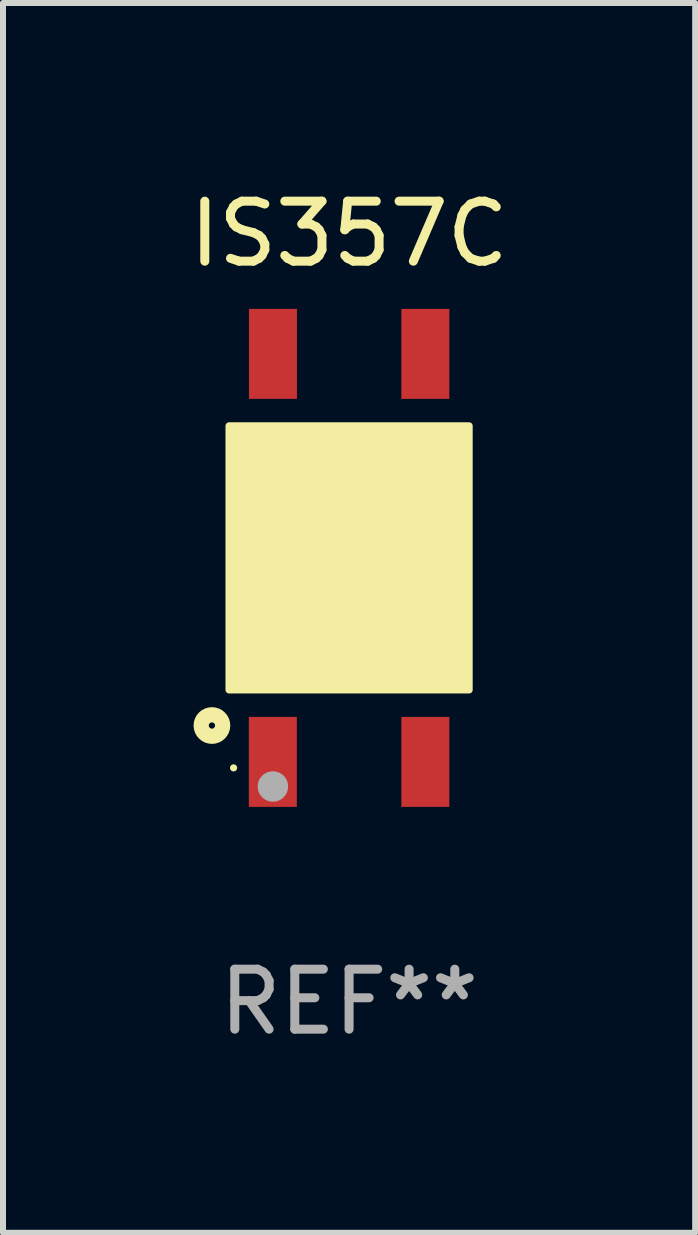
<source format=kicad_pcb>
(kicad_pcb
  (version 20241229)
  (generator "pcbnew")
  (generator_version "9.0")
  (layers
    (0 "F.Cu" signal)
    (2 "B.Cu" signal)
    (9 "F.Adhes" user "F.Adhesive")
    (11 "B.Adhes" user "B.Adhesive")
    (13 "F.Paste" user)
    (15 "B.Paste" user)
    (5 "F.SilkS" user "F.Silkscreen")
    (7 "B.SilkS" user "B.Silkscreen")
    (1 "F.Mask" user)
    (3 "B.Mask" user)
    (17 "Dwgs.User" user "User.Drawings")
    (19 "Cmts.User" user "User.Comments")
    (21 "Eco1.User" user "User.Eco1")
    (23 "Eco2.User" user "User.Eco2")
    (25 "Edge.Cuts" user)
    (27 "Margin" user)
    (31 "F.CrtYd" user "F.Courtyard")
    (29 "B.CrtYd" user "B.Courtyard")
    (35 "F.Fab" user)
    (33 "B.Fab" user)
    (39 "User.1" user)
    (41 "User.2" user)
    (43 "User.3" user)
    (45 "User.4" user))
  (footprint "IS357C"
    (layer "F.Cu")
    (at 2.768 6.248)
    (property "Reference" "IS357C" (at 0 -5.4 0) (layer "F.SilkS") (effects (font (size 1 1) (thickness 0.15))))
    (attr through_hole)
    (fp_circle (center -2.286 2.794) (end -2.107 2.794) (stroke (width 0.254) (type solid)) (fill no) (layer "F.SilkS"))
    (fp_circle (center -1.925 3.5) (end -1.895 3.5) (stroke (width 0.06) (type solid)) (fill no) (layer "F.SilkS"))
    (fp_circle (center -1.017 1.27) (end -0.636 1.27) (stroke (width 0.254) (type solid)) (fill no) (layer "F.SilkS"))
    (fp_poly (pts (xy -2 -2.2) (xy 2 -2.2) (xy 2 2.2) (xy -2 2.2)) (stroke (width 0.12) (type solid)) (fill yes) (layer "F.SilkS"))
    (fp_circle (center -1.27 3.81) (end -1.143 3.81) (stroke (width 0.254) (type solid)) (fill no) (layer "F.Fab"))
    (fp_text user "REF**" (at 0 7.4 0) (layer "F.Fab") (effects (font (size 1 1) (thickness 0.15))))
    (pad "1" smd rect (at -1.271 3.4 90) (size 1.5 0.8) (layers "F.Cu" "F.Mask" "F.Paste"))
    (pad "2" smd rect (at 1.271 3.4 90) (size 1.5 0.8) (layers "F.Cu" "F.Mask" "F.Paste"))
    (pad "3" smd rect (at 1.271 -3.4 90) (size 1.5 0.8) (layers "F.Cu" "F.Mask" "F.Paste"))
    (pad "4" smd rect (at -1.269 -3.4 90) (size 1.5 0.8) (layers "F.Cu" "F.Mask" "F.Paste")))
  (gr_rect
    (start -3 -3)
    (end 8.536 17.496)
    (stroke (width 0.1) (type default))
    (fill no)
    (layer "Edge.Cuts")))
</source>
